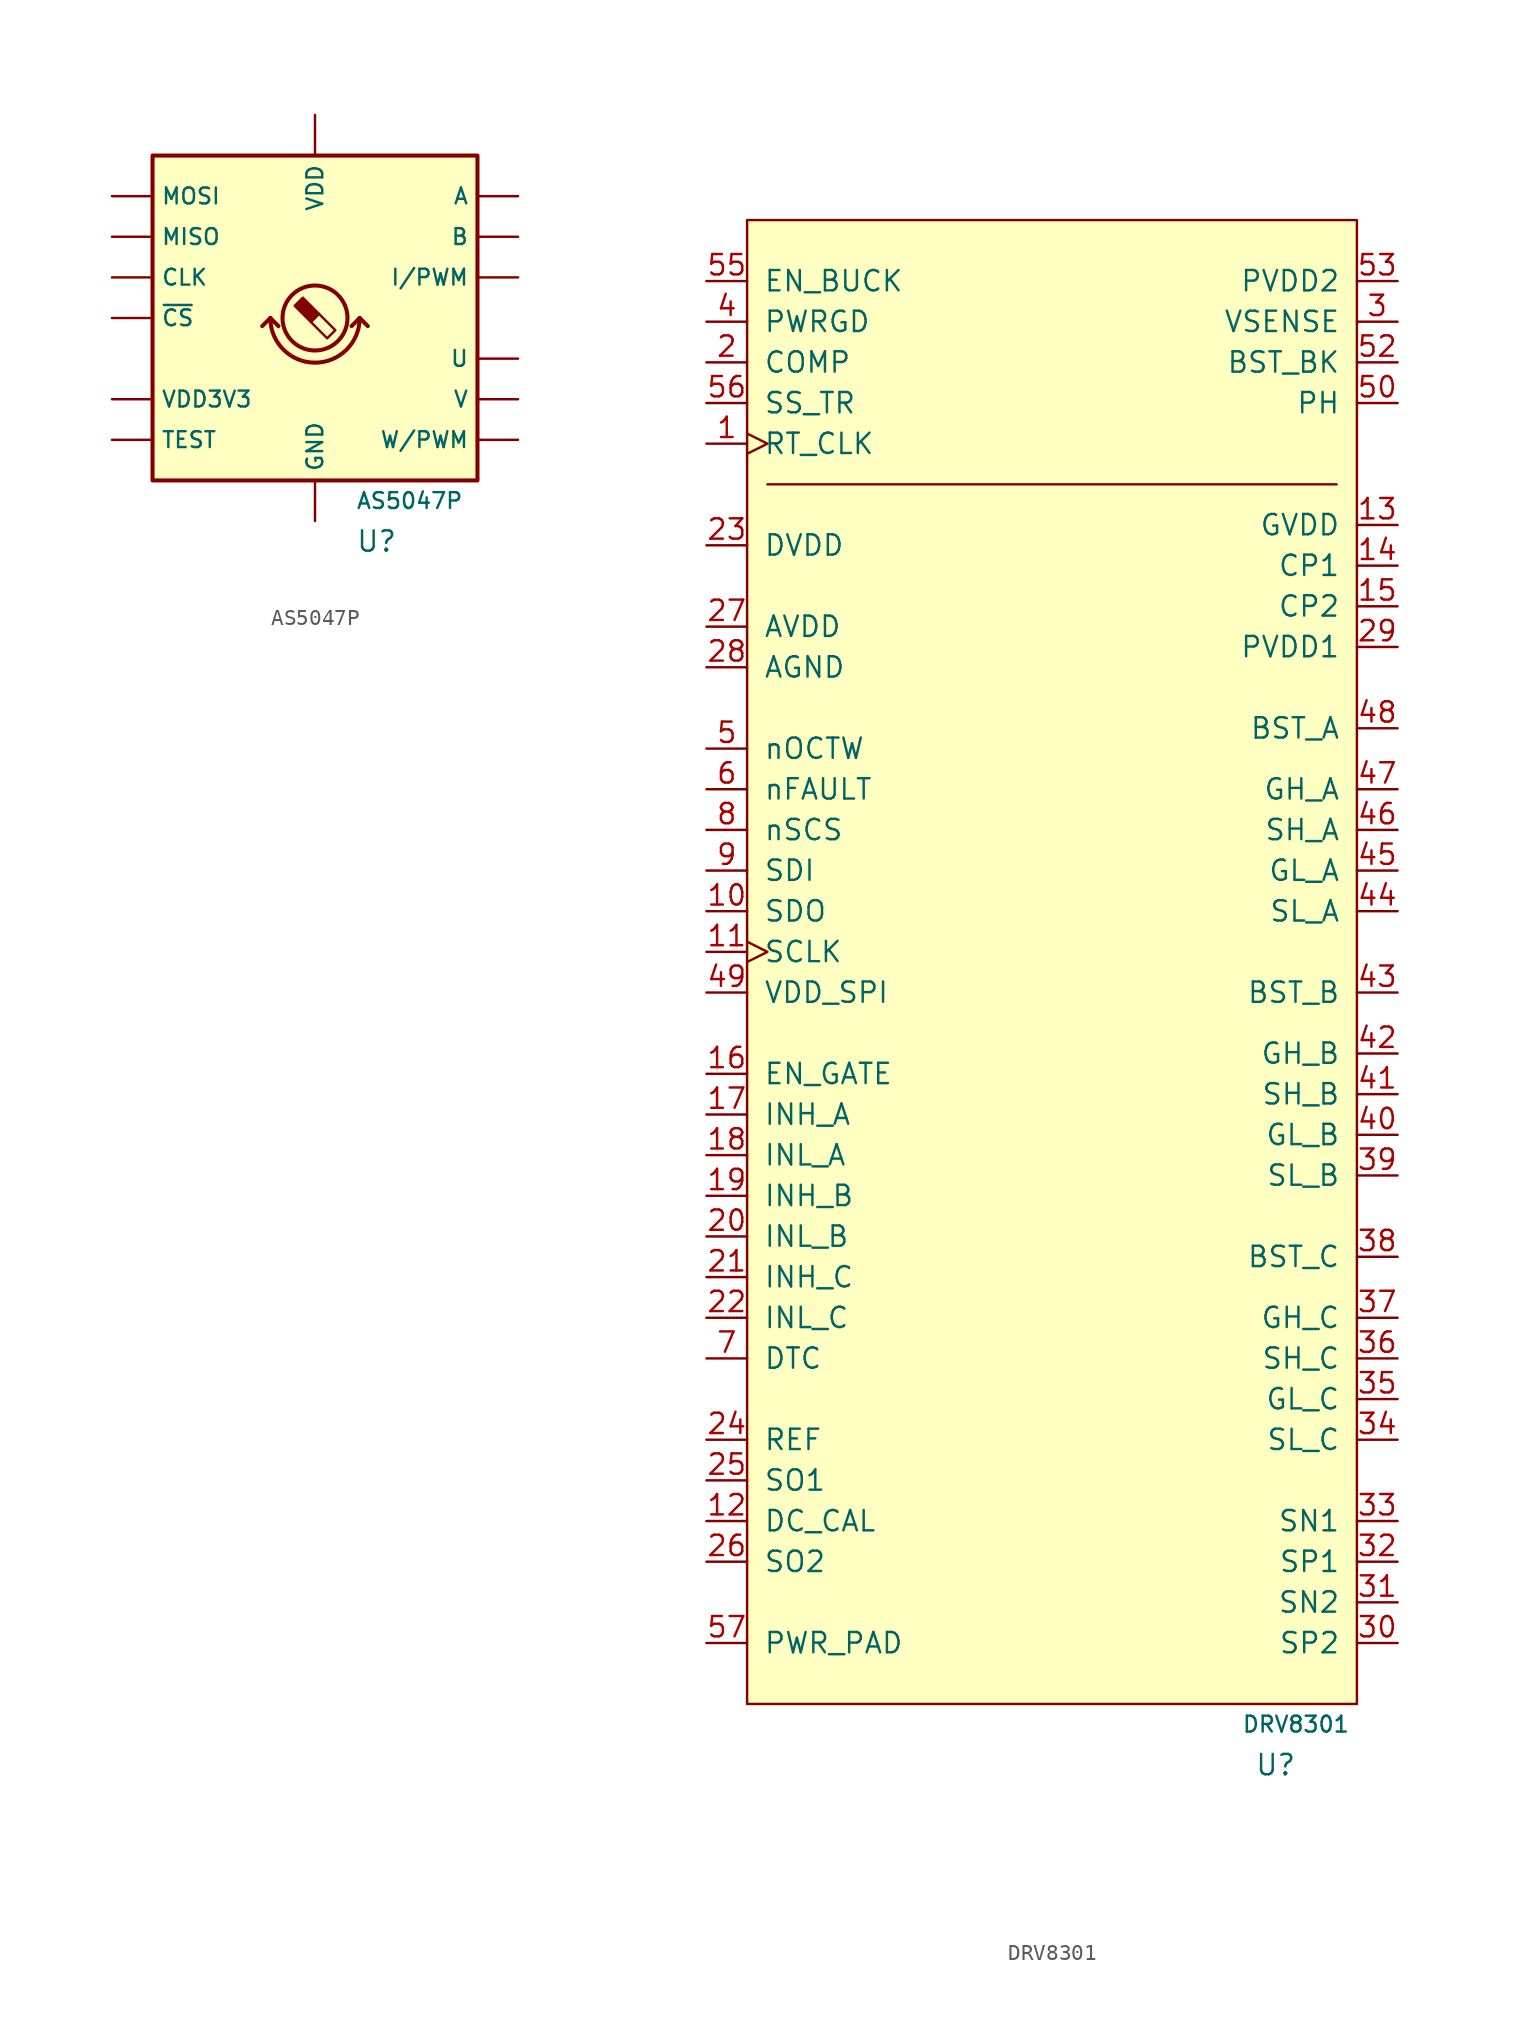
<source format=kicad_sym>
(kicad_symbol_lib
  (version 20211014)
  (generator kicad_symbol_editor)
  (symbol "AS5047P"
    (pin_numbers hide)
    (property "Reference" "U"
      (at 2.54 -13.97 0)
      (effects (font (size 1.27 1.27)) (justify left)))
    (property "Value" "AS5047P"
      (at 2.54 -11.43 0)
      (effects (font (size 0.991 0.991)) (justify left)))
    (symbol "AS5047P_1_1"
      (rectangle (start -10.16 10.16) (end 10.16 -10.16) (stroke (width 0.254) (type default) (color 0 0 0 0)) (fill (type background)))
      (arc (start -2.794 0) (mid 0 -2.794) (end 2.794 0) (stroke (width 0.254) (type default) (color 0 0 0 0)) (fill (type none)))
      (polyline (pts (xy -2.794 0) (xy -3.302 -0.508)) (stroke (width 0.254) (type default) (color 0 0 0 0)) (fill (type none)))
      (polyline (pts (xy -2.794 0) (xy -2.286 -0.508)) (stroke (width 0.254) (type default) (color 0 0 0 0)) (fill (type none)))
      (polyline (pts (xy 2.794 0) (xy 2.286 -0.508)) (stroke (width 0.254) (type default) (color 0 0 0 0)) (fill (type none)))
      (polyline (pts (xy 2.794 0) (xy 3.302 -0.508)) (stroke (width 0.254) (type default) (color 0 0 0 0)) (fill (type none)))
      (polyline (pts (xy 0.254 0.254) (xy 1.27 -0.762) (xy 0.762 -1.27) (xy -0.254 -0.254)) (stroke (width 0) (type default) (color 0 0 0 0)) (fill (type none)))
      (polyline (pts (xy -0.762 1.27) (xy 0.254 0.254) (xy -0.254 -0.254) (xy -1.27 0.762) (xy -1.016 1.016) (xy -0.762 1.27) (xy -0.635 1.143)) (stroke (width 0) (type default) (color 0 0 0 0)) (fill (type outline)))
      (circle (center 0 0) (radius 2.032) (stroke (width 0.254) (type default) (color 0 0 0 0)) (fill (type none)))
      (pin input line (at -12.7 0 0) (length 2.54) (name "~{CS}" (effects (font (size 0.991 0.991)))) (number "1" (effects (font (size 1.27 1.27)))))
      (pin output line (at 12.7 -2.54 180) (length 2.54) (name "U" (effects (font (size 0.991 0.991)))) (number "10" (effects (font (size 1.27 1.27)))))
      (pin power_in line (at 0 12.7 270) (length 2.54) (name "VDD" (effects (font (size 0.991 0.991)))) (number "11" (effects (font (size 1.27 1.27)))))
      (pin power_out line (at -12.7 -5.08 0) (length 2.54) (name "VDD3V3" (effects (font (size 0.991 0.991)))) (number "12" (effects (font (size 1.27 1.27)))))
      (pin power_in line (at 0 -12.7 90) (length 2.54) (name "GND" (effects (font (size 0.991 0.991)))) (number "13" (effects (font (size 1.27 1.27)))))
      (pin output line (at 12.7 2.54 180) (length 2.54) (name "I/PWM" (effects (font (size 0.991 0.991)))) (number "14" (effects (font (size 1.27 1.27)))))
      (pin input line (at -12.7 2.54 0) (length 2.54) (name "CLK" (effects (font (size 0.991 0.991)))) (number "2" (effects (font (size 1.27 1.27)))))
      (pin output line (at -12.7 5.08 0) (length 2.54) (name "MISO" (effects (font (size 0.991 0.991)))) (number "3" (effects (font (size 1.27 1.27)))))
      (pin input line (at -12.7 7.62 0) (length 2.54) (name "MOSI" (effects (font (size 0.991 0.991)))) (number "4" (effects (font (size 1.27 1.27)))))
      (pin input line (at -12.7 -7.62 0) (length 2.54) (name "TEST" (effects (font (size 0.991 0.991)))) (number "5" (effects (font (size 1.27 1.27)))))
      (pin output line (at 12.7 5.08 180) (length 2.54) (name "B" (effects (font (size 0.991 0.991)))) (number "6" (effects (font (size 1.27 1.27)))))
      (pin output line (at 12.7 7.62 180) (length 2.54) (name "A" (effects (font (size 0.991 0.991)))) (number "7" (effects (font (size 1.27 1.27)))))
      (pin output line (at 12.7 -7.62 180) (length 2.54) (name "W/PWM" (effects (font (size 0.991 0.991)))) (number "8" (effects (font (size 1.27 1.27)))))
      (pin output line (at 12.7 -5.08 180) (length 2.54) (name "V" (effects (font (size 0.991 0.991)))) (number "9" (effects (font (size 1.27 1.27)))))))
  (symbol "DRV8301"
    (pin_names
      (offset 1.016))
    (property "Reference" "U"
      (at 33.02 -92.71 0)
      (effects (font (size 1.27 1.27))))
    (property "Value" "DRV8301"
      (at 34.29 -90.17 0)
      (effects (font (size 0.991 0.991))))
    (symbol "DRV8301_0_1"
      (polyline (pts (xy 1.27 -12.7) (xy 36.83 -12.7)) (stroke (width 0) (type default) (color 0 0 0 0)) (fill (type none))))
    (symbol "DRV8301_1_1"
      (rectangle (start 0 3.81) (end 38.1 -88.9) (stroke (width 0) (type default) (color 0 0 0 0)) (fill (type background)))
      (pin input clock (at -2.54 -10.16 0) (length 2.54) (name "RT_CLK" (effects (font (size 1.27 1.27)))) (number "1" (effects (font (size 1.27 1.27)))))
      (pin output line (at -2.54 -39.37 0) (length 2.54) (name "SDO" (effects (font (size 1.27 1.27)))) (number "10" (effects (font (size 1.27 1.27)))))
      (pin input clock (at -2.54 -41.91 0) (length 2.54) (name "SCLK" (effects (font (size 1.27 1.27)))) (number "11" (effects (font (size 1.27 1.27)))))
      (pin input line (at -2.54 -77.47 0) (length 2.54) (name "DC_CAL" (effects (font (size 1.27 1.27)))) (number "12" (effects (font (size 1.27 1.27)))))
      (pin passive line (at 40.64 -15.24 180) (length 2.54) (name "GVDD" (effects (font (size 1.27 1.27)))) (number "13" (effects (font (size 1.27 1.27)))))
      (pin passive line (at 40.64 -17.78 180) (length 2.54) (name "CP1" (effects (font (size 1.27 1.27)))) (number "14" (effects (font (size 1.27 1.27)))))
      (pin passive line (at 40.64 -20.32 180) (length 2.54) (name "CP2" (effects (font (size 1.27 1.27)))) (number "15" (effects (font (size 1.27 1.27)))))
      (pin input line (at -2.54 -49.53 0) (length 2.54) (name "EN_GATE" (effects (font (size 1.27 1.27)))) (number "16" (effects (font (size 1.27 1.27)))))
      (pin input line (at -2.54 -52.07 0) (length 2.54) (name "INH_A" (effects (font (size 1.27 1.27)))) (number "17" (effects (font (size 1.27 1.27)))))
      (pin input line (at -2.54 -54.61 0) (length 2.54) (name "INL_A" (effects (font (size 1.27 1.27)))) (number "18" (effects (font (size 1.27 1.27)))))
      (pin input line (at -2.54 -57.15 0) (length 2.54) (name "INH_B" (effects (font (size 1.27 1.27)))) (number "19" (effects (font (size 1.27 1.27)))))
      (pin output line (at -2.54 -5.08 0) (length 2.54) (name "COMP" (effects (font (size 1.27 1.27)))) (number "2" (effects (font (size 1.27 1.27)))))
      (pin input line (at -2.54 -59.69 0) (length 2.54) (name "INL_B" (effects (font (size 1.27 1.27)))) (number "20" (effects (font (size 1.27 1.27)))))
      (pin input line (at -2.54 -62.23 0) (length 2.54) (name "INH_C" (effects (font (size 1.27 1.27)))) (number "21" (effects (font (size 1.27 1.27)))))
      (pin input line (at -2.54 -64.77 0) (length 2.54) (name "INL_C" (effects (font (size 1.27 1.27)))) (number "22" (effects (font (size 1.27 1.27)))))
      (pin passive line (at -2.54 -16.51 0) (length 2.54) (name "DVDD" (effects (font (size 1.27 1.27)))) (number "23" (effects (font (size 1.27 1.27)))))
      (pin input line (at -2.54 -72.39 0) (length 2.54) (name "REF" (effects (font (size 1.27 1.27)))) (number "24" (effects (font (size 1.27 1.27)))))
      (pin output line (at -2.54 -74.93 0) (length 2.54) (name "SO1" (effects (font (size 1.27 1.27)))) (number "25" (effects (font (size 1.27 1.27)))))
      (pin output line (at -2.54 -80.01 0) (length 2.54) (name "SO2" (effects (font (size 1.27 1.27)))) (number "26" (effects (font (size 1.27 1.27)))))
      (pin power_in line (at -2.54 -21.59 0) (length 2.54) (name "AVDD" (effects (font (size 1.27 1.27)))) (number "27" (effects (font (size 1.27 1.27)))))
      (pin power_in line (at -2.54 -24.13 0) (length 2.54) (name "AGND" (effects (font (size 1.27 1.27)))) (number "28" (effects (font (size 1.27 1.27)))))
      (pin power_in line (at 40.64 -22.86 180) (length 2.54) (name "PVDD1" (effects (font (size 1.27 1.27)))) (number "29" (effects (font (size 1.27 1.27)))))
      (pin input line (at 40.64 -2.54 180) (length 2.54) (name "VSENSE" (effects (font (size 1.27 1.27)))) (number "3" (effects (font (size 1.27 1.27)))))
      (pin input line (at 40.64 -85.09 180) (length 2.54) (name "SP2" (effects (font (size 1.27 1.27)))) (number "30" (effects (font (size 1.27 1.27)))))
      (pin input line (at 40.64 -82.55 180) (length 2.54) (name "SN2" (effects (font (size 1.27 1.27)))) (number "31" (effects (font (size 1.27 1.27)))))
      (pin input line (at 40.64 -80.01 180) (length 2.54) (name "SP1" (effects (font (size 1.27 1.27)))) (number "32" (effects (font (size 1.27 1.27)))))
      (pin input line (at 40.64 -77.47 180) (length 2.54) (name "SN1" (effects (font (size 1.27 1.27)))) (number "33" (effects (font (size 1.27 1.27)))))
      (pin input line (at 40.64 -72.39 180) (length 2.54) (name "SL_C" (effects (font (size 1.27 1.27)))) (number "34" (effects (font (size 1.27 1.27)))))
      (pin output line (at 40.64 -69.85 180) (length 2.54) (name "GL_C" (effects (font (size 1.27 1.27)))) (number "35" (effects (font (size 1.27 1.27)))))
      (pin input line (at 40.64 -67.31 180) (length 2.54) (name "SH_C" (effects (font (size 1.27 1.27)))) (number "36" (effects (font (size 1.27 1.27)))))
      (pin output line (at 40.64 -64.77 180) (length 2.54) (name "GH_C" (effects (font (size 1.27 1.27)))) (number "37" (effects (font (size 1.27 1.27)))))
      (pin passive line (at 40.64 -60.96 180) (length 2.54) (name "BST_C" (effects (font (size 1.27 1.27)))) (number "38" (effects (font (size 1.27 1.27)))))
      (pin input line (at 40.64 -55.88 180) (length 2.54) (name "SL_B" (effects (font (size 1.27 1.27)))) (number "39" (effects (font (size 1.27 1.27)))))
      (pin output line (at -2.54 -2.54 0) (length 2.54) (name "PWRGD" (effects (font (size 1.27 1.27)))) (number "4" (effects (font (size 1.27 1.27)))))
      (pin output line (at 40.64 -53.34 180) (length 2.54) (name "GL_B" (effects (font (size 1.27 1.27)))) (number "40" (effects (font (size 1.27 1.27)))))
      (pin input line (at 40.64 -50.8 180) (length 2.54) (name "SH_B" (effects (font (size 1.27 1.27)))) (number "41" (effects (font (size 1.27 1.27)))))
      (pin output line (at 40.64 -48.26 180) (length 2.54) (name "GH_B" (effects (font (size 1.27 1.27)))) (number "42" (effects (font (size 1.27 1.27)))))
      (pin passive line (at 40.64 -44.45 180) (length 2.54) (name "BST_B" (effects (font (size 1.27 1.27)))) (number "43" (effects (font (size 1.27 1.27)))))
      (pin input line (at 40.64 -39.37 180) (length 2.54) (name "SL_A" (effects (font (size 1.27 1.27)))) (number "44" (effects (font (size 1.27 1.27)))))
      (pin output line (at 40.64 -36.83 180) (length 2.54) (name "GL_A" (effects (font (size 1.27 1.27)))) (number "45" (effects (font (size 1.27 1.27)))))
      (pin input line (at 40.64 -34.29 180) (length 2.54) (name "SH_A" (effects (font (size 1.27 1.27)))) (number "46" (effects (font (size 1.27 1.27)))))
      (pin output line (at 40.64 -31.75 180) (length 2.54) (name "GH_A" (effects (font (size 1.27 1.27)))) (number "47" (effects (font (size 1.27 1.27)))))
      (pin passive line (at 40.64 -27.94 180) (length 2.54) (name "BST_A" (effects (font (size 1.27 1.27)))) (number "48" (effects (font (size 1.27 1.27)))))
      (pin input line (at -2.54 -44.45 0) (length 2.54) (name "VDD_SPI" (effects (font (size 1.27 1.27)))) (number "49" (effects (font (size 1.27 1.27)))))
      (pin output line (at -2.54 -29.21 0) (length 2.54) (name "nOCTW" (effects (font (size 1.27 1.27)))) (number "5" (effects (font (size 1.27 1.27)))))
      (pin passive line (at 40.64 -7.62 180) (length 2.54) (name "PH" (effects (font (size 1.27 1.27)))) (number "50" (effects (font (size 1.27 1.27)))))
      (pin passive line (at 40.64 -7.62 180) (length 2.54) hide (name "PH" (effects (font (size 1.27 1.27)))) (number "51" (effects (font (size 1.27 1.27)))))
      (pin passive line (at 40.64 -5.08 180) (length 2.54) (name "BST_BK" (effects (font (size 1.27 1.27)))) (number "52" (effects (font (size 1.27 1.27)))))
      (pin power_in line (at 40.64 0 180) (length 2.54) (name "PVDD2" (effects (font (size 1.27 1.27)))) (number "53" (effects (font (size 1.27 1.27)))))
      (pin power_in line (at 40.64 0 180) (length 2.54) hide (name "PVDD2" (effects (font (size 1.27 1.27)))) (number "54" (effects (font (size 1.27 1.27)))))
      (pin input line (at -2.54 0 0) (length 2.54) (name "EN_BUCK" (effects (font (size 1.27 1.27)))) (number "55" (effects (font (size 1.27 1.27)))))
      (pin input line (at -2.54 -7.62 0) (length 2.54) (name "SS_TR" (effects (font (size 1.27 1.27)))) (number "56" (effects (font (size 1.27 1.27)))))
      (pin power_in line (at -2.54 -85.09 0) (length 2.54) (name "PWR_PAD" (effects (font (size 1.27 1.27)))) (number "57" (effects (font (size 1.27 1.27)))))
      (pin output line (at -2.54 -31.75 0) (length 2.54) (name "nFAULT" (effects (font (size 1.27 1.27)))) (number "6" (effects (font (size 1.27 1.27)))))
      (pin input line (at -2.54 -67.31 0) (length 2.54) (name "DTC" (effects (font (size 1.27 1.27)))) (number "7" (effects (font (size 1.27 1.27)))))
      (pin input line (at -2.54 -34.29 0) (length 2.54) (name "nSCS" (effects (font (size 1.27 1.27)))) (number "8" (effects (font (size 1.27 1.27)))))
      (pin input line (at -2.54 -36.83 0) (length 2.54) (name "SDI" (effects (font (size 1.27 1.27)))) (number "9" (effects (font (size 1.27 1.27))))))))
</source>
